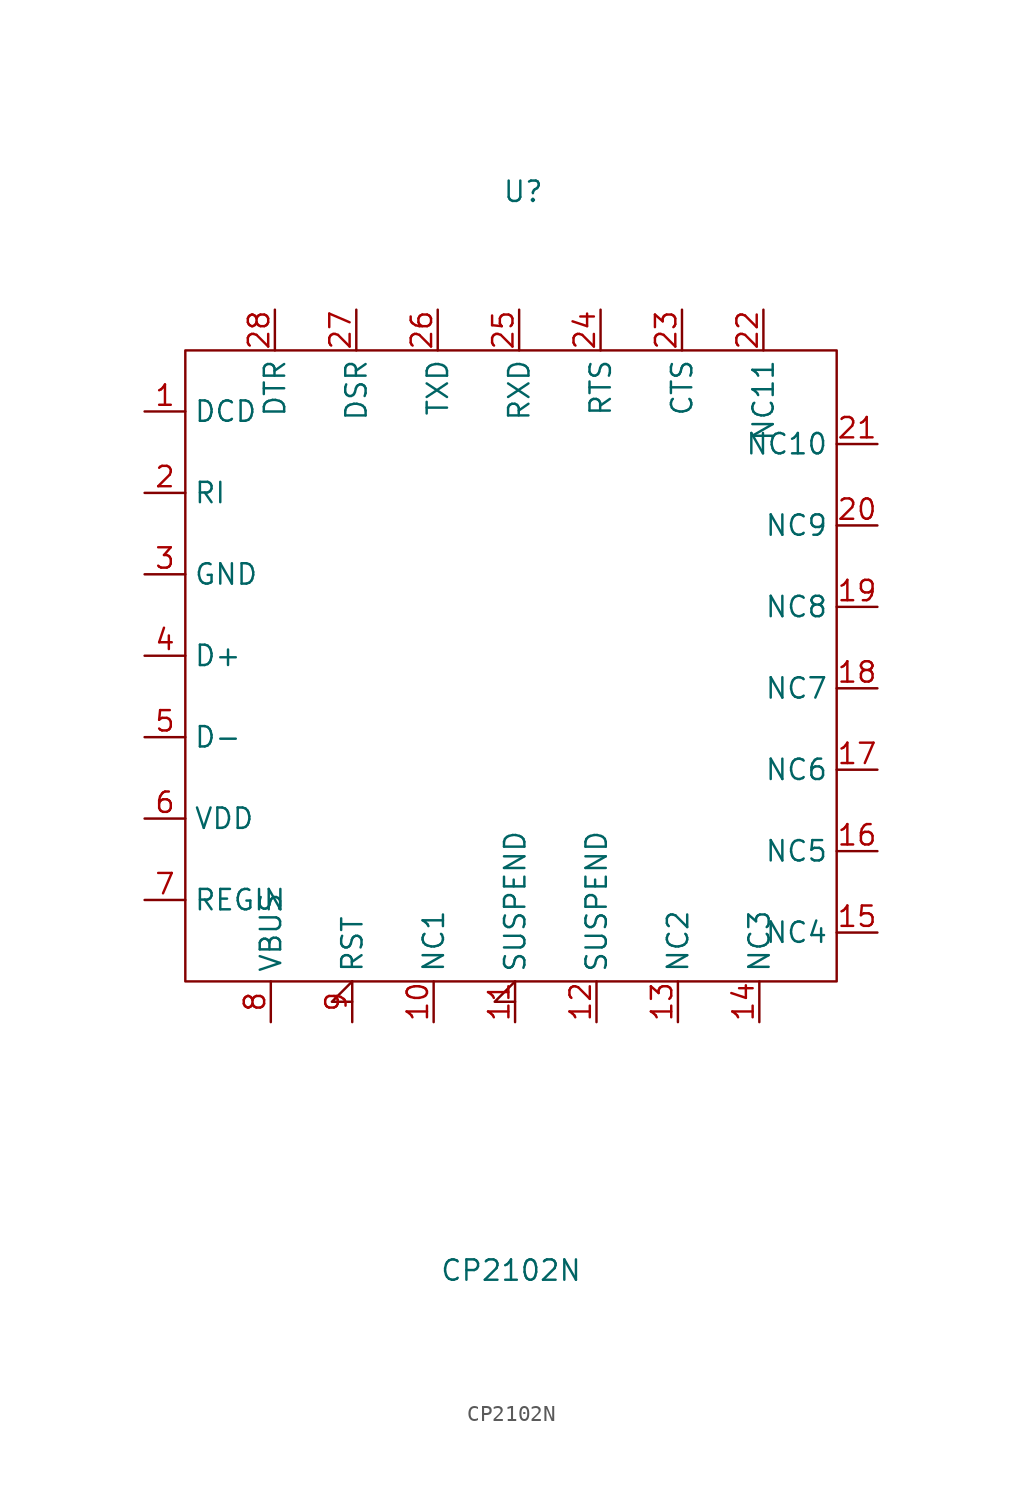
<source format=kicad_sym>
(kicad_symbol_lib
  (version 20210619)
  (generator kicad_symbol_editor)
  (symbol "USB_Interface_Chip:CP2102N"
    (property "Reference" "U"
      (at 0 30.226 0)
      (effects (font (size 1.27 1.27))))
    (property "Value" "CP2102N"
      (at -0.762 -37.084 0)
      (effects (font (size 1.27 1.27))))
    (symbol "CP2102N_0_1"
      (rectangle (start -21.082 20.32) (end 19.558 -19.05) (stroke (width 0.152)) (fill (type none))))
    (symbol "CP2102N_1_1"
      (pin bidirectional line (at -23.622 16.51 0) (length 2.54) (name "DCD" (effects (font (size 1.27 1.27)))) (number "1" (effects (font (size 1.27 1.27)))))
      (pin bidirectional line (at -5.588 -21.59 90) (length 2.54) (name "NC1" (effects (font (size 1.27 1.27)))) (number "10" (effects (font (size 1.27 1.27)))))
      (pin bidirectional input_low (at -0.508 -21.59 90) (length 2.54) (name "SUSPEND" (effects (font (size 1.27 1.27)))) (number "11" (effects (font (size 1.27 1.27)))))
      (pin bidirectional line (at 4.572 -21.59 90) (length 2.54) (name "SUSPEND" (effects (font (size 1.27 1.27)))) (number "12" (effects (font (size 1.27 1.27)))))
      (pin bidirectional line (at 9.652 -21.59 90) (length 2.54) (name "NC2" (effects (font (size 1.27 1.27)))) (number "13" (effects (font (size 1.27 1.27)))))
      (pin bidirectional line (at 14.732 -21.59 90) (length 2.54) (name "NC3" (effects (font (size 1.27 1.27)))) (number "14" (effects (font (size 1.27 1.27)))))
      (pin bidirectional line (at 22.098 -16.002 180) (length 2.54) (name "NC4" (effects (font (size 1.27 1.27)))) (number "15" (effects (font (size 1.27 1.27)))))
      (pin bidirectional line (at 22.098 -10.922 180) (length 2.54) (name "NC5" (effects (font (size 1.27 1.27)))) (number "16" (effects (font (size 1.27 1.27)))))
      (pin bidirectional line (at 22.098 -5.842 180) (length 2.54) (name "NC6" (effects (font (size 1.27 1.27)))) (number "17" (effects (font (size 1.27 1.27)))))
      (pin bidirectional line (at 22.098 -0.762 180) (length 2.54) (name "NC7" (effects (font (size 1.27 1.27)))) (number "18" (effects (font (size 1.27 1.27)))))
      (pin bidirectional line (at 22.098 4.318 180) (length 2.54) (name "NC8" (effects (font (size 1.27 1.27)))) (number "19" (effects (font (size 1.27 1.27)))))
      (pin bidirectional line (at -23.622 11.43 0) (length 2.54) (name "RI" (effects (font (size 1.27 1.27)))) (number "2" (effects (font (size 1.27 1.27)))))
      (pin bidirectional line (at 22.098 9.398 180) (length 2.54) (name "NC9" (effects (font (size 1.27 1.27)))) (number "20" (effects (font (size 1.27 1.27)))))
      (pin bidirectional line (at 22.098 14.478 180) (length 2.54) (name "NC10" (effects (font (size 1.27 1.27)))) (number "21" (effects (font (size 1.27 1.27)))))
      (pin bidirectional line (at 14.986 22.86 270) (length 2.54) (name "NC11" (effects (font (size 1.27 1.27)))) (number "22" (effects (font (size 1.27 1.27)))))
      (pin bidirectional line (at 9.906 22.86 270) (length 2.54) (name "CTS" (effects (font (size 1.27 1.27)))) (number "23" (effects (font (size 1.27 1.27)))))
      (pin bidirectional line (at 4.826 22.86 270) (length 2.54) (name "RTS" (effects (font (size 1.27 1.27)))) (number "24" (effects (font (size 1.27 1.27)))))
      (pin bidirectional line (at -0.254 22.86 270) (length 2.54) (name "RXD" (effects (font (size 1.27 1.27)))) (number "25" (effects (font (size 1.27 1.27)))))
      (pin bidirectional line (at -5.334 22.86 270) (length 2.54) (name "TXD" (effects (font (size 1.27 1.27)))) (number "26" (effects (font (size 1.27 1.27)))))
      (pin bidirectional line (at -10.414 22.86 270) (length 2.54) (name "DSR" (effects (font (size 1.27 1.27)))) (number "27" (effects (font (size 1.27 1.27)))))
      (pin bidirectional line (at -15.494 22.86 270) (length 2.54) (name "DTR" (effects (font (size 1.27 1.27)))) (number "28" (effects (font (size 1.27 1.27)))))
      (pin bidirectional line (at -18.034 22.86 270) (length 2.54) hide (name "GND" (effects (font (size 1.27 1.27)))) (number "29" (effects (font (size 1.27 1.27)))))
      (pin bidirectional line (at -23.622 6.35 0) (length 2.54) (name "GND" (effects (font (size 1.27 1.27)))) (number "3" (effects (font (size 1.27 1.27)))))
      (pin bidirectional line (at -23.622 1.27 0) (length 2.54) (name "D+" (effects (font (size 1.27 1.27)))) (number "4" (effects (font (size 1.27 1.27)))))
      (pin bidirectional line (at -23.622 -3.81 0) (length 2.54) (name "D-" (effects (font (size 1.27 1.27)))) (number "5" (effects (font (size 1.27 1.27)))))
      (pin bidirectional line (at -23.622 -8.89 0) (length 2.54) (name "VDD" (effects (font (size 1.27 1.27)))) (number "6" (effects (font (size 1.27 1.27)))))
      (pin bidirectional line (at -23.622 -13.97 0) (length 2.54) (name "REGIN" (effects (font (size 1.27 1.27)))) (number "7" (effects (font (size 1.27 1.27)))))
      (pin bidirectional line (at -15.748 -21.59 90) (length 2.54) (name "VBUS" (effects (font (size 1.27 1.27)))) (number "8" (effects (font (size 1.27 1.27)))))
      (pin bidirectional input_low (at -10.668 -21.59 90) (length 2.54) (name "RST" (effects (font (size 1.27 1.27)))) (number "9" (effects (font (size 1.27 1.27))))))))
</source>
